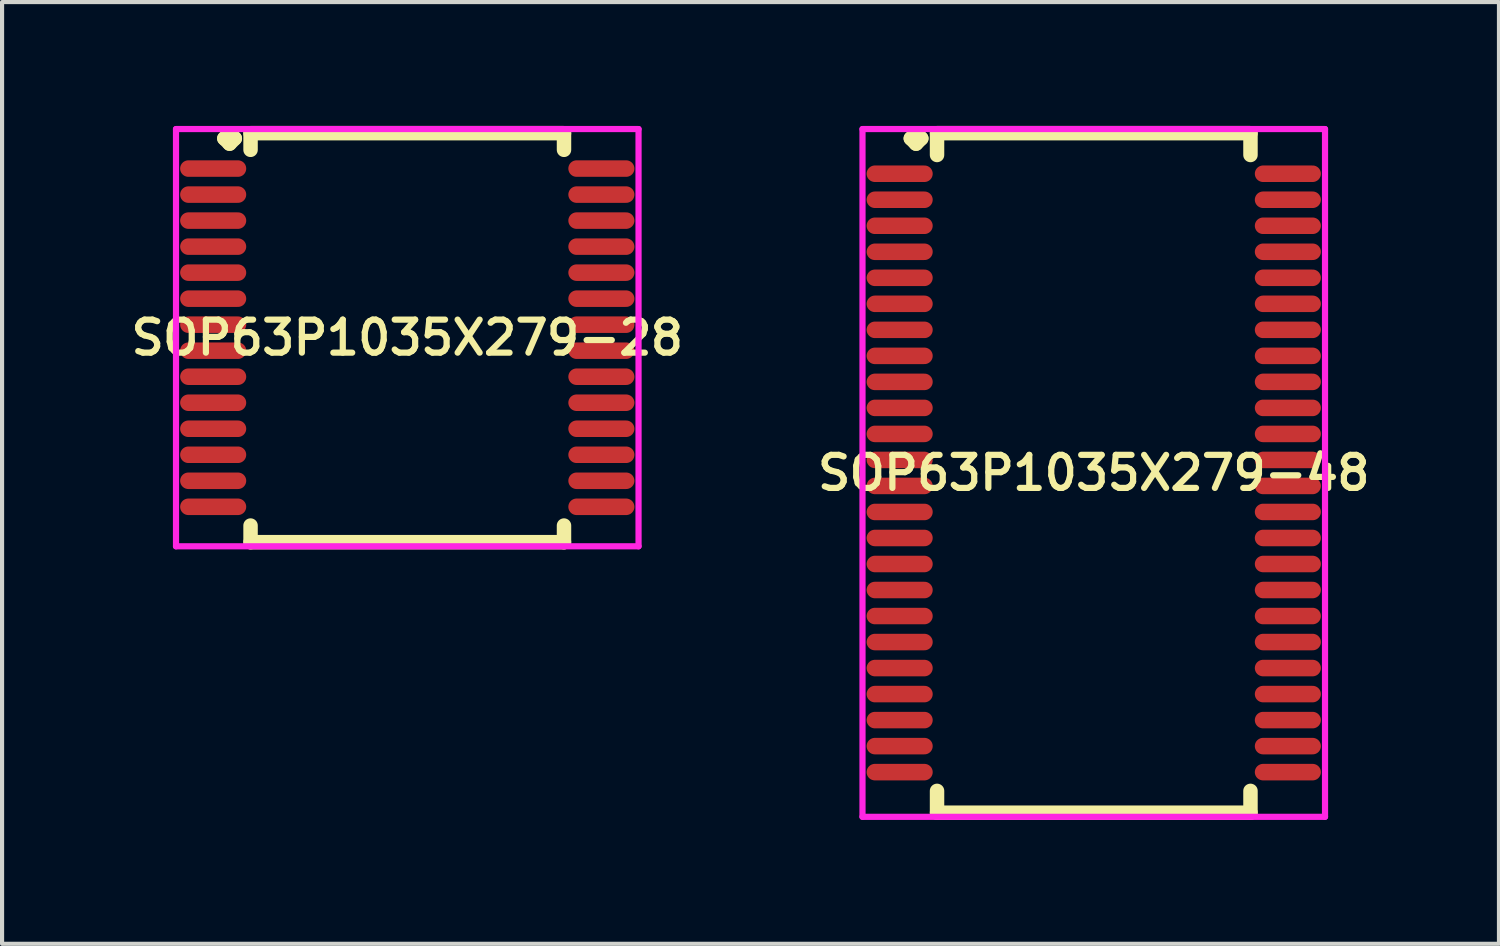
<source format=kicad_pcb>
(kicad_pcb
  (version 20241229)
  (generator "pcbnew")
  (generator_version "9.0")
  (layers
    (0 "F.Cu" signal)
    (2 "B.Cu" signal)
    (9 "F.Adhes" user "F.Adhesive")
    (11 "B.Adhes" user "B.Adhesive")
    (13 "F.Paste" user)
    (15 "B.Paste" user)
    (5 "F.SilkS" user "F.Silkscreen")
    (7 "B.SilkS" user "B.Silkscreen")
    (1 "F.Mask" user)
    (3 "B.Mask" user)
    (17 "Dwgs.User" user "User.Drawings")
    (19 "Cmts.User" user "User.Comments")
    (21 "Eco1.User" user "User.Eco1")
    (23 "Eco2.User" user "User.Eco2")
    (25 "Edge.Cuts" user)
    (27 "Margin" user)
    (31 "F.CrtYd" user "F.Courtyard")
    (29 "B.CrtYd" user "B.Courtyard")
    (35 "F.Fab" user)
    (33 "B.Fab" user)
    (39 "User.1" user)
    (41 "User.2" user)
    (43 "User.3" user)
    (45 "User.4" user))
  (footprint "SOP63P1035X279-28"
    (layer "F.Cu")
    (at 6.812 5.127)
    (property "Reference" "SOP63P1035X279-28" (at 0 0 0) (layer "F.SilkS") (effects (font (size 0.8 0.8) (thickness 0.15))))
    (attr through_hole)
    (fp_line (start -4.43 -4.825) (end -4.303 -4.952) (stroke (width 0.35) (type solid)) (layer "F.SilkS"))
    (fp_line (start -4.303 -4.952) (end -4.176 -4.825) (stroke (width 0.35) (type solid)) (layer "F.SilkS"))
    (fp_line (start -4.303 -4.698) (end -4.43 -4.825) (stroke (width 0.35) (type solid)) (layer "F.SilkS"))
    (fp_line (start -4.176 -4.825) (end -4.303 -4.698) (stroke (width 0.35) (type solid)) (layer "F.SilkS"))
    (fp_line (start -3.795 -4.952) (end 3.795 -4.952) (stroke (width 0.35) (type solid)) (layer "F.SilkS"))
    (fp_line (start -3.795 -4.549) (end -3.795 -4.952) (stroke (width 0.35) (type solid)) (layer "F.SilkS"))
    (fp_line (start -3.795 4.549) (end -3.795 4.952) (stroke (width 0.35) (type solid)) (layer "F.SilkS"))
    (fp_line (start -3.795 4.952) (end 3.795 4.952) (stroke (width 0.35) (type solid)) (layer "F.SilkS"))
    (fp_line (start 3.795 -4.952) (end 3.795 -4.549) (stroke (width 0.35) (type solid)) (layer "F.SilkS"))
    (fp_line (start 3.795 4.952) (end 3.795 4.549) (stroke (width 0.35) (type solid)) (layer "F.SilkS"))
    (fp_line (start -5.6 -5.052) (end 5.6 -5.052) (stroke (width 0.15) (type solid)) (layer "F.CrtYd"))
    (fp_line (start -5.6 5.052) (end -5.6 -5.052) (stroke (width 0.15) (type solid)) (layer "F.CrtYd"))
    (fp_line (start 5.6 -5.052) (end 5.6 5.052) (stroke (width 0.15) (type solid)) (layer "F.CrtYd"))
    (fp_line (start 5.6 5.052) (end -5.6 5.052) (stroke (width 0.15) (type solid)) (layer "F.CrtYd"))
    (pad "1" smd oval (at -4.7 -4.095) (size 1.6 0.4) (layers "F.Cu" "F.Mask" "F.Paste"))
    (pad "2" smd oval (at -4.7 -3.465) (size 1.6 0.4) (layers "F.Cu" "F.Mask" "F.Paste"))
    (pad "3" smd oval (at -4.7 -2.835) (size 1.6 0.4) (layers "F.Cu" "F.Mask" "F.Paste"))
    (pad "4" smd oval (at -4.7 -2.205) (size 1.6 0.4) (layers "F.Cu" "F.Mask" "F.Paste"))
    (pad "5" smd oval (at -4.7 -1.575) (size 1.6 0.4) (layers "F.Cu" "F.Mask" "F.Paste"))
    (pad "6" smd oval (at -4.7 -0.945) (size 1.6 0.4) (layers "F.Cu" "F.Mask" "F.Paste"))
    (pad "7" smd oval (at -4.7 -0.315) (size 1.6 0.4) (layers "F.Cu" "F.Mask" "F.Paste"))
    (pad "8" smd oval (at -4.7 0.315) (size 1.6 0.4) (layers "F.Cu" "F.Mask" "F.Paste"))
    (pad "9" smd oval (at -4.7 0.945) (size 1.6 0.4) (layers "F.Cu" "F.Mask" "F.Paste"))
    (pad "10" smd oval (at -4.7 1.575) (size 1.6 0.4) (layers "F.Cu" "F.Mask" "F.Paste"))
    (pad "11" smd oval (at -4.7 2.205) (size 1.6 0.4) (layers "F.Cu" "F.Mask" "F.Paste"))
    (pad "12" smd oval (at -4.7 2.835) (size 1.6 0.4) (layers "F.Cu" "F.Mask" "F.Paste"))
    (pad "13" smd oval (at -4.7 3.465) (size 1.6 0.4) (layers "F.Cu" "F.Mask" "F.Paste"))
    (pad "14" smd oval (at -4.7 4.095) (size 1.6 0.4) (layers "F.Cu" "F.Mask" "F.Paste"))
    (pad "15" smd oval (at 4.7 4.095) (size 1.6 0.4) (layers "F.Cu" "F.Mask" "F.Paste"))
    (pad "16" smd oval (at 4.7 3.465) (size 1.6 0.4) (layers "F.Cu" "F.Mask" "F.Paste"))
    (pad "17" smd oval (at 4.7 2.835) (size 1.6 0.4) (layers "F.Cu" "F.Mask" "F.Paste"))
    (pad "18" smd oval (at 4.7 2.205) (size 1.6 0.4) (layers "F.Cu" "F.Mask" "F.Paste"))
    (pad "19" smd oval (at 4.7 1.575) (size 1.6 0.4) (layers "F.Cu" "F.Mask" "F.Paste"))
    (pad "20" smd oval (at 4.7 0.945) (size 1.6 0.4) (layers "F.Cu" "F.Mask" "F.Paste"))
    (pad "21" smd oval (at 4.7 0.315) (size 1.6 0.4) (layers "F.Cu" "F.Mask" "F.Paste"))
    (pad "22" smd oval (at 4.7 -0.315) (size 1.6 0.4) (layers "F.Cu" "F.Mask" "F.Paste"))
    (pad "23" smd oval (at 4.7 -0.945) (size 1.6 0.4) (layers "F.Cu" "F.Mask" "F.Paste"))
    (pad "24" smd oval (at 4.7 -1.575) (size 1.6 0.4) (layers "F.Cu" "F.Mask" "F.Paste"))
    (pad "25" smd oval (at 4.7 -2.205) (size 1.6 0.4) (layers "F.Cu" "F.Mask" "F.Paste"))
    (pad "26" smd oval (at 4.7 -2.835) (size 1.6 0.4) (layers "F.Cu" "F.Mask" "F.Paste"))
    (pad "27" smd oval (at 4.7 -3.465) (size 1.6 0.4) (layers "F.Cu" "F.Mask" "F.Paste"))
    (pad "28" smd oval (at 4.7 -4.095) (size 1.6 0.4) (layers "F.Cu" "F.Mask" "F.Paste")))
  (footprint "SOP63P1035X279-48"
    (layer "F.Cu")
    (at 23.435 8.402)
    (property "Reference" "SOP63P1035X279-48" (at 0 0 0) (layer "F.SilkS") (effects (font (size 0.8 0.8) (thickness 0.15))))
    (attr smd)
    (fp_line (start -4.43 -8.1) (end -4.303 -8.227) (stroke (width 0.35) (type solid)) (layer "F.SilkS"))
    (fp_line (start -4.303 -8.227) (end -4.176 -8.1) (stroke (width 0.35) (type solid)) (layer "F.SilkS"))
    (fp_line (start -4.303 -7.973) (end -4.43 -8.1) (stroke (width 0.35) (type solid)) (layer "F.SilkS"))
    (fp_line (start -4.176 -8.1) (end -4.303 -7.973) (stroke (width 0.35) (type solid)) (layer "F.SilkS"))
    (fp_line (start -3.795 -8.227) (end 3.795 -8.227) (stroke (width 0.35) (type solid)) (layer "F.SilkS"))
    (fp_line (start -3.795 -7.699) (end -3.795 -8.227) (stroke (width 0.35) (type solid)) (layer "F.SilkS"))
    (fp_line (start -3.795 7.699) (end -3.795 8.227) (stroke (width 0.35) (type solid)) (layer "F.SilkS"))
    (fp_line (start -3.795 8.227) (end 3.795 8.227) (stroke (width 0.35) (type solid)) (layer "F.SilkS"))
    (fp_line (start 3.795 -8.227) (end 3.795 -7.699) (stroke (width 0.35) (type solid)) (layer "F.SilkS"))
    (fp_line (start 3.795 8.227) (end 3.795 7.699) (stroke (width 0.35) (type solid)) (layer "F.SilkS"))
    (fp_line (start -5.6 -8.327) (end 5.6 -8.327) (stroke (width 0.15) (type solid)) (layer "F.CrtYd"))
    (fp_line (start -5.6 8.327) (end -5.6 -8.327) (stroke (width 0.15) (type solid)) (layer "F.CrtYd"))
    (fp_line (start 5.6 -8.327) (end 5.6 8.327) (stroke (width 0.15) (type solid)) (layer "F.CrtYd"))
    (fp_line (start 5.6 8.327) (end -5.6 8.327) (stroke (width 0.15) (type solid)) (layer "F.CrtYd"))
    (pad "1" smd oval (at -4.7 -7.245) (size 1.6 0.4) (layers "F.Cu" "F.Mask" "F.Paste"))
    (pad "2" smd oval (at -4.7 -6.615) (size 1.6 0.4) (layers "F.Cu" "F.Mask" "F.Paste"))
    (pad "3" smd oval (at -4.7 -5.985) (size 1.6 0.4) (layers "F.Cu" "F.Mask" "F.Paste"))
    (pad "4" smd oval (at -4.7 -5.355) (size 1.6 0.4) (layers "F.Cu" "F.Mask" "F.Paste"))
    (pad "5" smd oval (at -4.7 -4.725) (size 1.6 0.4) (layers "F.Cu" "F.Mask" "F.Paste"))
    (pad "6" smd oval (at -4.7 -4.095) (size 1.6 0.4) (layers "F.Cu" "F.Mask" "F.Paste"))
    (pad "7" smd oval (at -4.7 -3.465) (size 1.6 0.4) (layers "F.Cu" "F.Mask" "F.Paste"))
    (pad "8" smd oval (at -4.7 -2.835) (size 1.6 0.4) (layers "F.Cu" "F.Mask" "F.Paste"))
    (pad "9" smd oval (at -4.7 -2.205) (size 1.6 0.4) (layers "F.Cu" "F.Mask" "F.Paste"))
    (pad "10" smd oval (at -4.7 -1.575) (size 1.6 0.4) (layers "F.Cu" "F.Mask" "F.Paste"))
    (pad "11" smd oval (at -4.7 -0.945) (size 1.6 0.4) (layers "F.Cu" "F.Mask" "F.Paste"))
    (pad "12" smd oval (at -4.7 -0.315) (size 1.6 0.4) (layers "F.Cu" "F.Mask" "F.Paste"))
    (pad "13" smd oval (at -4.7 0.315) (size 1.6 0.4) (layers "F.Cu" "F.Mask" "F.Paste"))
    (pad "14" smd oval (at -4.7 0.945) (size 1.6 0.4) (layers "F.Cu" "F.Mask" "F.Paste"))
    (pad "15" smd oval (at -4.7 1.575) (size 1.6 0.4) (layers "F.Cu" "F.Mask" "F.Paste"))
    (pad "16" smd oval (at -4.7 2.205) (size 1.6 0.4) (layers "F.Cu" "F.Mask" "F.Paste"))
    (pad "17" smd oval (at -4.7 2.835) (size 1.6 0.4) (layers "F.Cu" "F.Mask" "F.Paste"))
    (pad "18" smd oval (at -4.7 3.465) (size 1.6 0.4) (layers "F.Cu" "F.Mask" "F.Paste"))
    (pad "19" smd oval (at -4.7 4.095) (size 1.6 0.4) (layers "F.Cu" "F.Mask" "F.Paste"))
    (pad "20" smd oval (at -4.7 4.725) (size 1.6 0.4) (layers "F.Cu" "F.Mask" "F.Paste"))
    (pad "21" smd oval (at -4.7 5.355) (size 1.6 0.4) (layers "F.Cu" "F.Mask" "F.Paste"))
    (pad "22" smd oval (at -4.7 5.985) (size 1.6 0.4) (layers "F.Cu" "F.Mask" "F.Paste"))
    (pad "23" smd oval (at -4.7 6.615) (size 1.6 0.4) (layers "F.Cu" "F.Mask" "F.Paste"))
    (pad "24" smd oval (at -4.7 7.245) (size 1.6 0.4) (layers "F.Cu" "F.Mask" "F.Paste"))
    (pad "25" smd oval (at 4.7 7.245) (size 1.6 0.4) (layers "F.Cu" "F.Mask" "F.Paste"))
    (pad "26" smd oval (at 4.7 6.615) (size 1.6 0.4) (layers "F.Cu" "F.Mask" "F.Paste"))
    (pad "27" smd oval (at 4.7 5.985) (size 1.6 0.4) (layers "F.Cu" "F.Mask" "F.Paste"))
    (pad "28" smd oval (at 4.7 5.355) (size 1.6 0.4) (layers "F.Cu" "F.Mask" "F.Paste"))
    (pad "29" smd oval (at 4.7 4.725) (size 1.6 0.4) (layers "F.Cu" "F.Mask" "F.Paste"))
    (pad "30" smd oval (at 4.7 4.095) (size 1.6 0.4) (layers "F.Cu" "F.Mask" "F.Paste"))
    (pad "31" smd oval (at 4.7 3.465) (size 1.6 0.4) (layers "F.Cu" "F.Mask" "F.Paste"))
    (pad "32" smd oval (at 4.7 2.835) (size 1.6 0.4) (layers "F.Cu" "F.Mask" "F.Paste"))
    (pad "33" smd oval (at 4.7 2.205) (size 1.6 0.4) (layers "F.Cu" "F.Mask" "F.Paste"))
    (pad "34" smd oval (at 4.7 1.575) (size 1.6 0.4) (layers "F.Cu" "F.Mask" "F.Paste"))
    (pad "35" smd oval (at 4.7 0.945) (size 1.6 0.4) (layers "F.Cu" "F.Mask" "F.Paste"))
    (pad "36" smd oval (at 4.7 0.315) (size 1.6 0.4) (layers "F.Cu" "F.Mask" "F.Paste"))
    (pad "37" smd oval (at 4.7 -0.315) (size 1.6 0.4) (layers "F.Cu" "F.Mask" "F.Paste"))
    (pad "38" smd oval (at 4.7 -0.945) (size 1.6 0.4) (layers "F.Cu" "F.Mask" "F.Paste"))
    (pad "39" smd oval (at 4.7 -1.575) (size 1.6 0.4) (layers "F.Cu" "F.Mask" "F.Paste"))
    (pad "40" smd oval (at 4.7 -2.205) (size 1.6 0.4) (layers "F.Cu" "F.Mask" "F.Paste"))
    (pad "41" smd oval (at 4.7 -2.835) (size 1.6 0.4) (layers "F.Cu" "F.Mask" "F.Paste"))
    (pad "42" smd oval (at 4.7 -3.465) (size 1.6 0.4) (layers "F.Cu" "F.Mask" "F.Paste"))
    (pad "43" smd oval (at 4.7 -4.095) (size 1.6 0.4) (layers "F.Cu" "F.Mask" "F.Paste"))
    (pad "44" smd oval (at 4.7 -4.725) (size 1.6 0.4) (layers "F.Cu" "F.Mask" "F.Paste"))
    (pad "45" smd oval (at 4.7 -5.355) (size 1.6 0.4) (layers "F.Cu" "F.Mask" "F.Paste"))
    (pad "46" smd oval (at 4.7 -5.985) (size 1.6 0.4) (layers "F.Cu" "F.Mask" "F.Paste"))
    (pad "47" smd oval (at 4.7 -6.615) (size 1.6 0.4) (layers "F.Cu" "F.Mask" "F.Paste"))
    (pad "48" smd oval (at 4.7 -7.245) (size 1.6 0.4) (layers "F.Cu" "F.Mask" "F.Paste")))
  (gr_rect
    (start -3 -3)
    (end 33.247 19.804)
    (stroke (width 0.1) (type default))
    (fill no)
    (layer "Edge.Cuts")))
</source>
